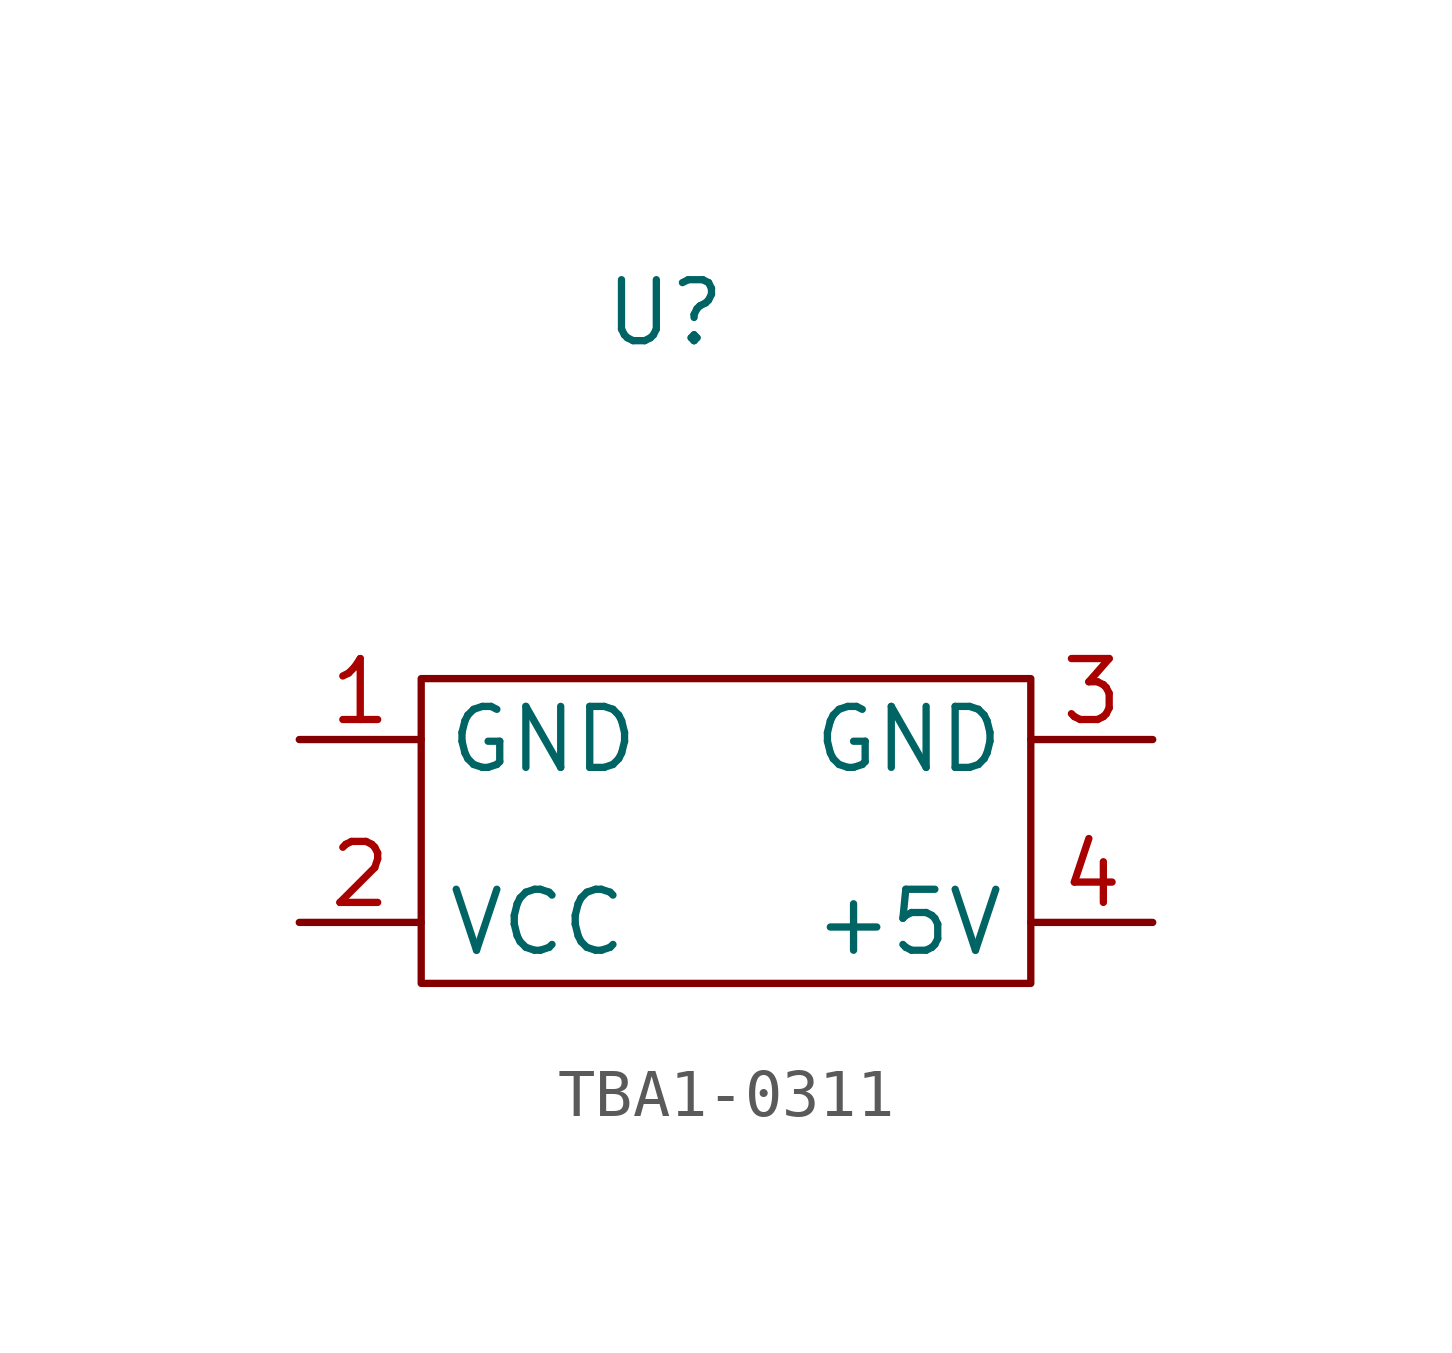
<source format=kicad_sym>
(kicad_symbol_lib
  (version 20220914)
  (generator kicad_symbol_editor)
  (symbol "TBA1-0311"
    (property "Reference" "U"
      (at 0 11.43 0)
      (effects (font (size 1.27 1.27))))
    (property "Value" ""
      (at 0 0 0)
      (effects (font (size 1.27 1.27))))
    (symbol "TBA1-0311_0_1"
      (rectangle (start -5.08 3.81) (end 7.62 -2.54) (stroke (width 0) (type default)) (fill (type none))))
    (symbol "TBA1-0311_1_1"
      (pin power_in line (at -7.62 2.54 0) (length 2.54) (name "GND" (effects (font (size 1.27 1.27)))) (number "1" (effects (font (size 1.27 1.27)))))
      (pin power_in line (at -7.62 -1.27 0) (length 2.54) (name "VCC" (effects (font (size 1.27 1.27)))) (number "2" (effects (font (size 1.27 1.27)))))
      (pin power_in line (at 10.16 2.54 180) (length 2.54) (name "GND" (effects (font (size 1.27 1.27)))) (number "3" (effects (font (size 1.27 1.27)))))
      (pin power_in line (at 10.16 -1.27 180) (length 2.54) (name "+5V" (effects (font (size 1.27 1.27)))) (number "4" (effects (font (size 1.27 1.27))))))))
</source>
